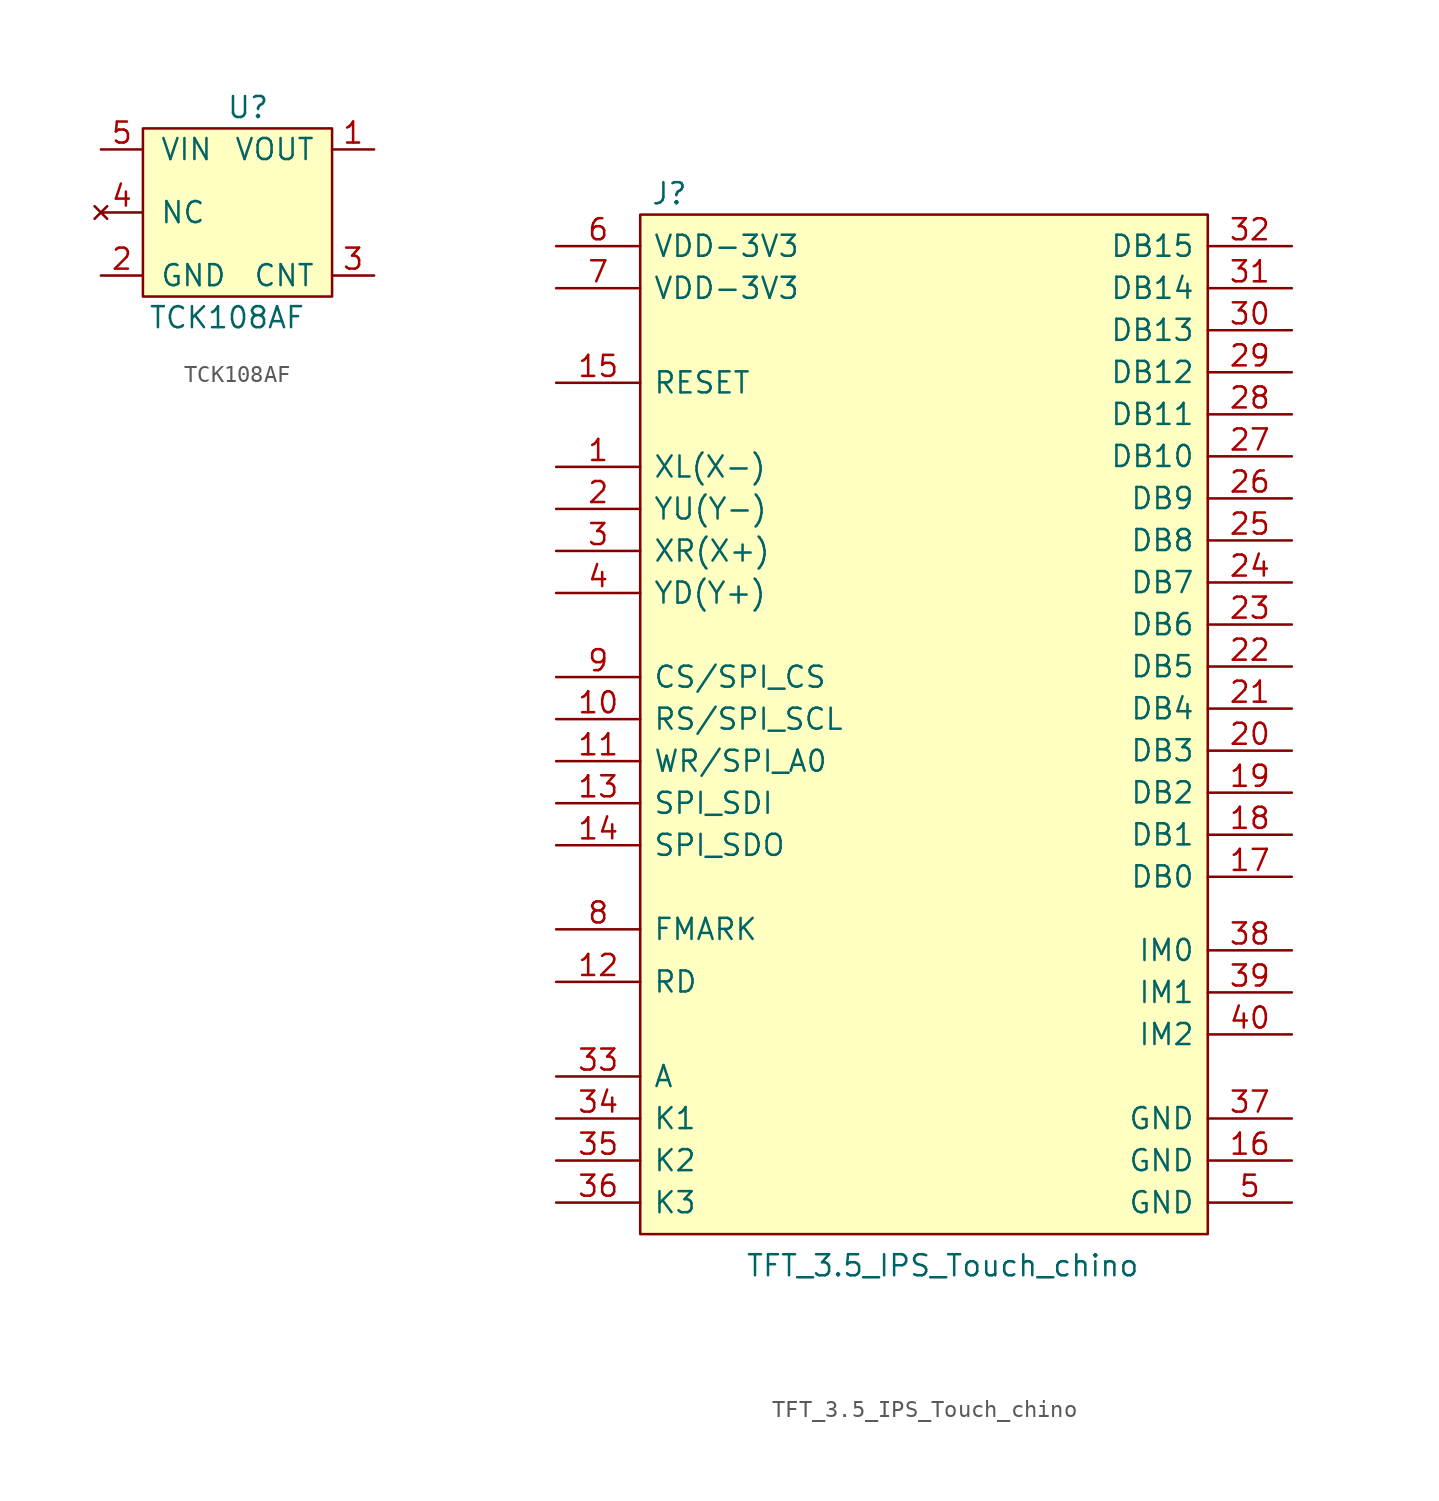
<source format=kicad_sym>
(kicad_symbol_lib
  (version 20211014)
  (generator kicad_symbol_editor)
  (symbol "TCK108AF"
    (pin_names
      (offset 1.016))
    (property "Reference" "U"
      (at 1.27 8.89 0)
      (effects (font (size 1.27 1.27))))
    (property "Value" "TCK108AF"
      (at 0 -3.81 0)
      (effects (font (size 1.27 1.27))))
    (symbol "TCK108AF_0_1"
      (rectangle (start -5.08 7.62) (end 6.35 -2.54) (stroke (width 0) (type default) (color 0 0 0 0)) (fill (type background))))
    (symbol "TCK108AF_1_1"
      (pin input line (at 8.89 6.35 180) (length 2.54) (name "VOUT" (effects (font (size 1.27 1.27)))) (number "1" (effects (font (size 1.27 1.27)))))
      (pin input line (at -7.62 -1.27 0) (length 2.54) (name "GND" (effects (font (size 1.27 1.27)))) (number "2" (effects (font (size 1.27 1.27)))))
      (pin input line (at 8.89 -1.27 180) (length 2.54) (name "CNT" (effects (font (size 1.27 1.27)))) (number "3" (effects (font (size 1.27 1.27)))))
      (pin no_connect line (at -7.62 2.54 0) (length 2.54) (name "NC" (effects (font (size 1.27 1.27)))) (number "4" (effects (font (size 1.27 1.27)))))
      (pin input line (at -7.62 6.35 0) (length 2.54) (name "VIN" (effects (font (size 1.27 1.27)))) (number "5" (effects (font (size 1.27 1.27)))))))
  (symbol "TFT_3.5_IPS_Touch_chino"
    (pin_names
      (offset 0.762))
    (property "Reference" "J"
      (at 2.54 15.875 0)
      (effects (font (size 1.27 1.27)) (justify left)))
    (property "Value" "TFT_3.5_IPS_Touch_chino"
      (at 8.255 -48.895 0)
      (effects (font (size 1.27 1.27)) (justify left)))
    (symbol "TFT_3.5_IPS_Touch_chino_0_0"
      (pin passive line (at -3.175 -0.635 0) (length 5.08) (name "XL(X-)" (effects (font (size 1.27 1.27)))) (number "1" (effects (font (size 1.27 1.27)))))
      (pin passive line (at -3.175 -15.875 0) (length 5.08) (name "RS/SPI_SCL" (effects (font (size 1.27 1.27)))) (number "10" (effects (font (size 1.27 1.27)))))
      (pin passive line (at -3.175 -18.415 0) (length 5.08) (name "WR/SPI_A0" (effects (font (size 1.27 1.27)))) (number "11" (effects (font (size 1.27 1.27)))))
      (pin passive line (at -3.175 -31.75 0) (length 5.08) (name "RD" (effects (font (size 1.27 1.27)))) (number "12" (effects (font (size 1.27 1.27)))))
      (pin passive line (at -3.175 -20.955 0) (length 5.08) (name "SPI_SDI" (effects (font (size 1.27 1.27)))) (number "13" (effects (font (size 1.27 1.27)))))
      (pin passive line (at -3.175 -23.495 0) (length 5.08) (name "SPI_SDO" (effects (font (size 1.27 1.27)))) (number "14" (effects (font (size 1.27 1.27)))))
      (pin passive line (at -3.175 4.445 0) (length 5.08) (name "RESET" (effects (font (size 1.27 1.27)))) (number "15" (effects (font (size 1.27 1.27)))))
      (pin passive line (at 41.275 -42.545 180) (length 5.08) (name "GND" (effects (font (size 1.27 1.27)))) (number "16" (effects (font (size 1.27 1.27)))))
      (pin passive line (at 41.275 -25.4 180) (length 5.08) (name "DB0" (effects (font (size 1.27 1.27)))) (number "17" (effects (font (size 1.27 1.27)))))
      (pin passive line (at 41.275 -22.86 180) (length 5.08) (name "DB1" (effects (font (size 1.27 1.27)))) (number "18" (effects (font (size 1.27 1.27)))))
      (pin passive line (at 41.275 -20.32 180) (length 5.08) (name "DB2" (effects (font (size 1.27 1.27)))) (number "19" (effects (font (size 1.27 1.27)))))
      (pin passive line (at -3.175 -3.175 0) (length 5.08) (name "YU(Y-)" (effects (font (size 1.27 1.27)))) (number "2" (effects (font (size 1.27 1.27)))))
      (pin passive line (at 41.275 -17.78 180) (length 5.08) (name "DB3" (effects (font (size 1.27 1.27)))) (number "20" (effects (font (size 1.27 1.27)))))
      (pin passive line (at 41.275 -15.24 180) (length 5.08) (name "DB4" (effects (font (size 1.27 1.27)))) (number "21" (effects (font (size 1.27 1.27)))))
      (pin passive line (at 41.275 -12.7 180) (length 5.08) (name "DB5" (effects (font (size 1.27 1.27)))) (number "22" (effects (font (size 1.27 1.27)))))
      (pin passive line (at 41.275 -10.16 180) (length 5.08) (name "DB6" (effects (font (size 1.27 1.27)))) (number "23" (effects (font (size 1.27 1.27)))))
      (pin passive line (at 41.275 -7.62 180) (length 5.08) (name "DB7" (effects (font (size 1.27 1.27)))) (number "24" (effects (font (size 1.27 1.27)))))
      (pin passive line (at 41.275 -5.08 180) (length 5.08) (name "DB8" (effects (font (size 1.27 1.27)))) (number "25" (effects (font (size 1.27 1.27)))))
      (pin passive line (at 41.275 -2.54 180) (length 5.08) (name "DB9" (effects (font (size 1.27 1.27)))) (number "26" (effects (font (size 1.27 1.27)))))
      (pin passive line (at 41.275 0 180) (length 5.08) (name "DB10" (effects (font (size 1.27 1.27)))) (number "27" (effects (font (size 1.27 1.27)))))
      (pin passive line (at 41.275 2.54 180) (length 5.08) (name "DB11" (effects (font (size 1.27 1.27)))) (number "28" (effects (font (size 1.27 1.27)))))
      (pin passive line (at 41.275 5.08 180) (length 5.08) (name "DB12" (effects (font (size 1.27 1.27)))) (number "29" (effects (font (size 1.27 1.27)))))
      (pin passive line (at -3.175 -5.715 0) (length 5.08) (name "XR(X+)" (effects (font (size 1.27 1.27)))) (number "3" (effects (font (size 1.27 1.27)))))
      (pin passive line (at 41.275 7.62 180) (length 5.08) (name "DB13" (effects (font (size 1.27 1.27)))) (number "30" (effects (font (size 1.27 1.27)))))
      (pin passive line (at 41.275 10.16 180) (length 5.08) (name "DB14" (effects (font (size 1.27 1.27)))) (number "31" (effects (font (size 1.27 1.27)))))
      (pin passive line (at 41.275 12.7 180) (length 5.08) (name "DB15" (effects (font (size 1.27 1.27)))) (number "32" (effects (font (size 1.27 1.27)))))
      (pin passive line (at -3.175 -37.465 0) (length 5.08) (name "A" (effects (font (size 1.27 1.27)))) (number "33" (effects (font (size 1.27 1.27)))))
      (pin passive line (at -3.175 -40.005 0) (length 5.08) (name "K1" (effects (font (size 1.27 1.27)))) (number "34" (effects (font (size 1.27 1.27)))))
      (pin passive line (at -3.175 -42.545 0) (length 5.08) (name "K2" (effects (font (size 1.27 1.27)))) (number "35" (effects (font (size 1.27 1.27)))))
      (pin passive line (at -3.175 -45.085 0) (length 5.08) (name "K3" (effects (font (size 1.27 1.27)))) (number "36" (effects (font (size 1.27 1.27)))))
      (pin passive line (at 41.275 -40.005 180) (length 5.08) (name "GND" (effects (font (size 1.27 1.27)))) (number "37" (effects (font (size 1.27 1.27)))))
      (pin passive line (at 41.275 -29.845 180) (length 5.08) (name "IM0" (effects (font (size 1.27 1.27)))) (number "38" (effects (font (size 1.27 1.27)))))
      (pin passive line (at 41.275 -32.385 180) (length 5.08) (name "IM1" (effects (font (size 1.27 1.27)))) (number "39" (effects (font (size 1.27 1.27)))))
      (pin passive line (at -3.175 -8.255 0) (length 5.08) (name "YD(Y+)" (effects (font (size 1.27 1.27)))) (number "4" (effects (font (size 1.27 1.27)))))
      (pin passive line (at 41.275 -34.925 180) (length 5.08) (name "IM2" (effects (font (size 1.27 1.27)))) (number "40" (effects (font (size 1.27 1.27)))))
      (pin passive line (at 41.275 -45.085 180) (length 5.08) (name "GND" (effects (font (size 1.27 1.27)))) (number "5" (effects (font (size 1.27 1.27)))))
      (pin passive line (at -3.175 12.7 0) (length 5.08) (name "VDD-3V3" (effects (font (size 1.27 1.27)))) (number "6" (effects (font (size 1.27 1.27)))))
      (pin passive line (at -3.175 10.16 0) (length 5.08) (name "VDD-3V3" (effects (font (size 1.27 1.27)))) (number "7" (effects (font (size 1.27 1.27)))))
      (pin passive line (at -3.175 -28.575 0) (length 5.08) (name "FMARK" (effects (font (size 1.27 1.27)))) (number "8" (effects (font (size 1.27 1.27)))))
      (pin passive line (at -3.175 -13.335 0) (length 5.08) (name "CS/SPI_CS" (effects (font (size 1.27 1.27)))) (number "9" (effects (font (size 1.27 1.27))))))
    (symbol "TFT_3.5_IPS_Touch_chino_0_1"
      (rectangle (start 36.195 14.605) (end 1.905 -46.99) (stroke (width 0) (type default) (color 0 0 0 0)) (fill (type background))))))
</source>
